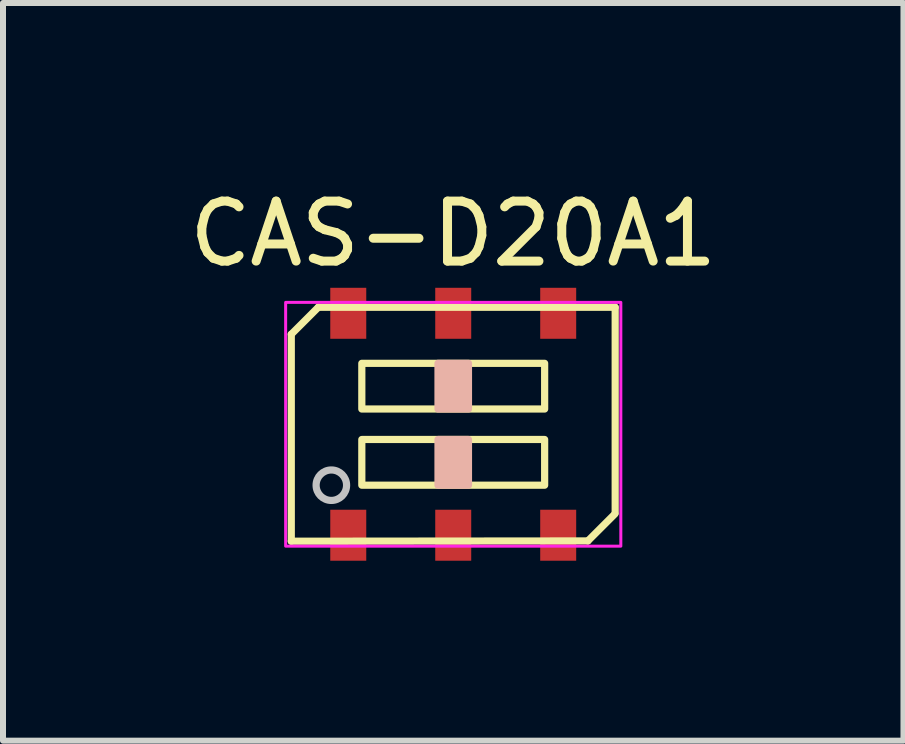
<source format=kicad_pcb>
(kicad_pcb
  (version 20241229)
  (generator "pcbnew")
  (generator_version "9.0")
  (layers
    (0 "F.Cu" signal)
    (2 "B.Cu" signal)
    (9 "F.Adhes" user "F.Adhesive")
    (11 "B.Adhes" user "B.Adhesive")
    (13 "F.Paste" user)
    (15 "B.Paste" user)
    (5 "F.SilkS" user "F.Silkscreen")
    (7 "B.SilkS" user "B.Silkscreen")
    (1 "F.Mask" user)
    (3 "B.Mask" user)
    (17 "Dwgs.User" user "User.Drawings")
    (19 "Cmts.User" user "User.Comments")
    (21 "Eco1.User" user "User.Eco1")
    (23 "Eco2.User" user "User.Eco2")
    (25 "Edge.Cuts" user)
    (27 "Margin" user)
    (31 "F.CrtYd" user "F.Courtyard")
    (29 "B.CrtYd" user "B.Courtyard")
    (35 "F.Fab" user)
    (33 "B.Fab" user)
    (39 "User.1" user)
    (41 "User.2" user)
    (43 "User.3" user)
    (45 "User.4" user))
  (footprint "CAS-D20A1"
    (layer "F.Cu")
    (at 4.506 4.023)
    (property "Reference" "CAS-D20A1" (at 0 -3.175 0) (unlocked yes) (layer "F.SilkS") (effects (font (size 1 1) (thickness 0.15))))
    (attr smd)
    (fp_line (start -2.7 1.95) (end -2.7 -1.5) (stroke (width 0.12) (type solid)) (layer "F.SilkS"))
    (fp_line (start -2.25 -1.95) (end -2.7 -1.5) (stroke (width 0.12) (type solid)) (layer "F.SilkS"))
    (fp_line (start -2.25 -1.95) (end 2.7 -1.95) (stroke (width 0.12) (type solid)) (layer "F.SilkS"))
    (fp_line (start 2.245 1.945) (end -2.7 1.95) (stroke (width 0.12) (type solid)) (layer "F.SilkS"))
    (fp_line (start 2.695 1.495) (end 2.245 1.945) (stroke (width 0.12) (type solid)) (layer "F.SilkS"))
    (fp_line (start 2.7 -1.95) (end 2.7 1.48) (stroke (width 0.12) (type solid)) (layer "F.SilkS"))
    (fp_rect (start -1.524 -1.016) (end 1.524 -0.254) (stroke (width 0.12) (type solid)) (fill no) (layer "F.SilkS"))
    (fp_rect (start -1.524 0.254) (end 1.524 1.016) (stroke (width 0.12) (type solid)) (fill no) (layer "F.SilkS"))
    (fp_rect (start -0.254 -1.016) (end 0.254 -0.254) (stroke (width 0.12) (type solid)) (fill yes) (layer "B.SilkS"))
    (fp_rect (start -0.254 0.254) (end 0.254 1.016) (stroke (width 0.12) (type solid)) (fill yes) (layer "B.SilkS"))
    (fp_circle (center -2.032 1.016) (end -1.778 1.016) (stroke (width 0.12) (type solid)) (fill no) (layer "Dwgs.User"))
    (fp_rect (start -2.794 -2.032) (end 2.794 2.032) (stroke (width 0.05) (type solid)) (fill no) (layer "F.CrtYd"))
    (pad "1" smd rect (at -1.75 1.85 90) (size 0.85 0.6) (layers "F.Cu" "F.Mask" "F.Paste"))
    (pad "2" smd rect (at 0 1.85 90) (size 0.85 0.6) (layers "F.Cu" "F.Mask" "F.Paste"))
    (pad "3" smd rect (at 1.75 1.85 90) (size 0.85 0.6) (layers "F.Cu" "F.Mask" "F.Paste"))
    (pad "4" smd rect (at -1.75 -1.85 90) (size 0.85 0.6) (layers "F.Cu" "F.Mask" "F.Paste"))
    (pad "5" smd rect (at 0 -1.85 90) (size 0.85 0.6) (layers "F.Cu" "F.Mask" "F.Paste"))
    (pad "6" smd rect (at 1.75 -1.85 90) (size 0.85 0.6) (layers "F.Cu" "F.Mask" "F.Paste")))
  (gr_rect
    (start -3 -3)
    (end 12.012 9.298)
    (stroke (width 0.1) (type default))
    (fill no)
    (layer "Edge.Cuts")))
</source>
